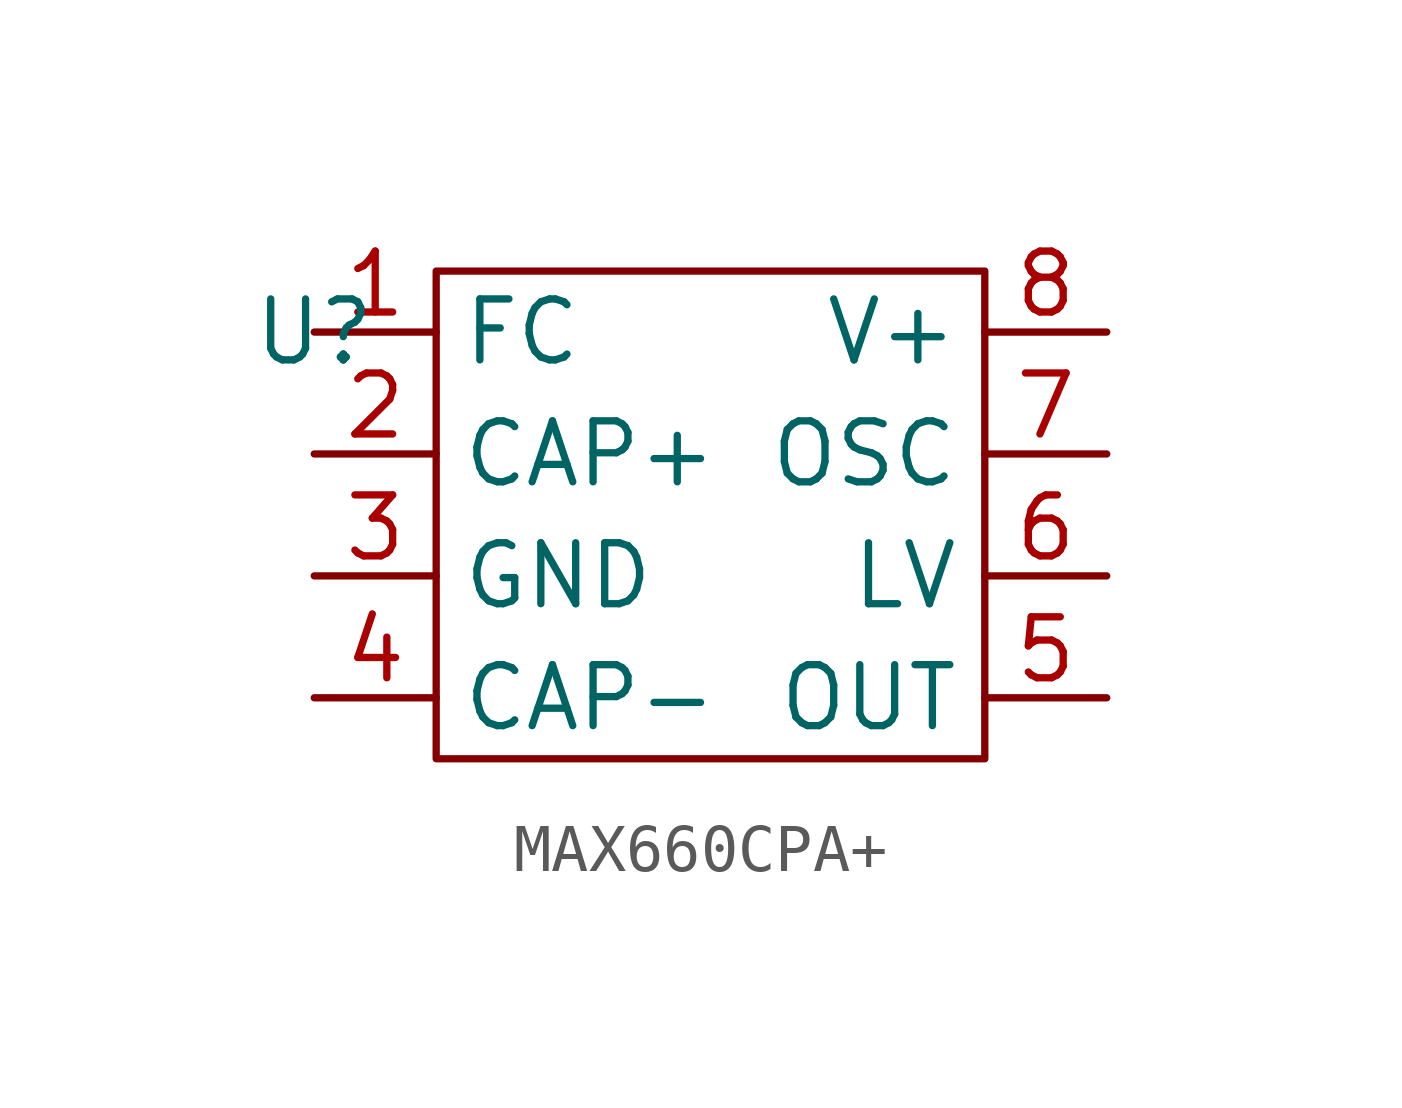
<source format=kicad_sym>
(kicad_symbol_lib
  (version 20231120)
  (generator "kicad_symbol_editor")
  (generator_version "8.0")
  (symbol "MAX660CPA+"
    (property "Reference" "U"
      (at 0 0 0)
      (effects (font (size 1.27 1.27))))
    (property "Value" ""
      (at 0 0 0)
      (effects (font (size 1.27 1.27))))
    (symbol "MAX660CPA+_0_1"
      (rectangle (start 2.54 1.27) (end 13.97 -8.89) (stroke (width 0) (type default)) (fill (type none))))
    (symbol "MAX660CPA+_1_1"
      (pin input line (at 0 0 0) (length 2.54) (name "FC" (effects (font (size 1.27 1.27)))) (number "1" (effects (font (size 1.27 1.27)))))
      (pin input line (at 0 -2.54 0) (length 2.54) (name "CAP+" (effects (font (size 1.27 1.27)))) (number "2" (effects (font (size 1.27 1.27)))))
      (pin power_in line (at 0 -5.08 0) (length 2.54) (name "GND" (effects (font (size 1.27 1.27)))) (number "3" (effects (font (size 1.27 1.27)))))
      (pin input line (at 0 -7.62 0) (length 2.54) (name "CAP-" (effects (font (size 1.27 1.27)))) (number "4" (effects (font (size 1.27 1.27)))))
      (pin power_out line (at 16.51 -7.62 180) (length 2.54) (name "OUT" (effects (font (size 1.27 1.27)))) (number "5" (effects (font (size 1.27 1.27)))))
      (pin input line (at 16.51 -5.08 180) (length 2.54) (name "LV" (effects (font (size 1.27 1.27)))) (number "6" (effects (font (size 1.27 1.27)))))
      (pin input line (at 16.51 -2.54 180) (length 2.54) (name "OSC" (effects (font (size 1.27 1.27)))) (number "7" (effects (font (size 1.27 1.27)))))
      (pin power_in line (at 16.51 0 180) (length 2.54) (name "V+" (effects (font (size 1.27 1.27)))) (number "8" (effects (font (size 1.27 1.27))))))))
</source>
